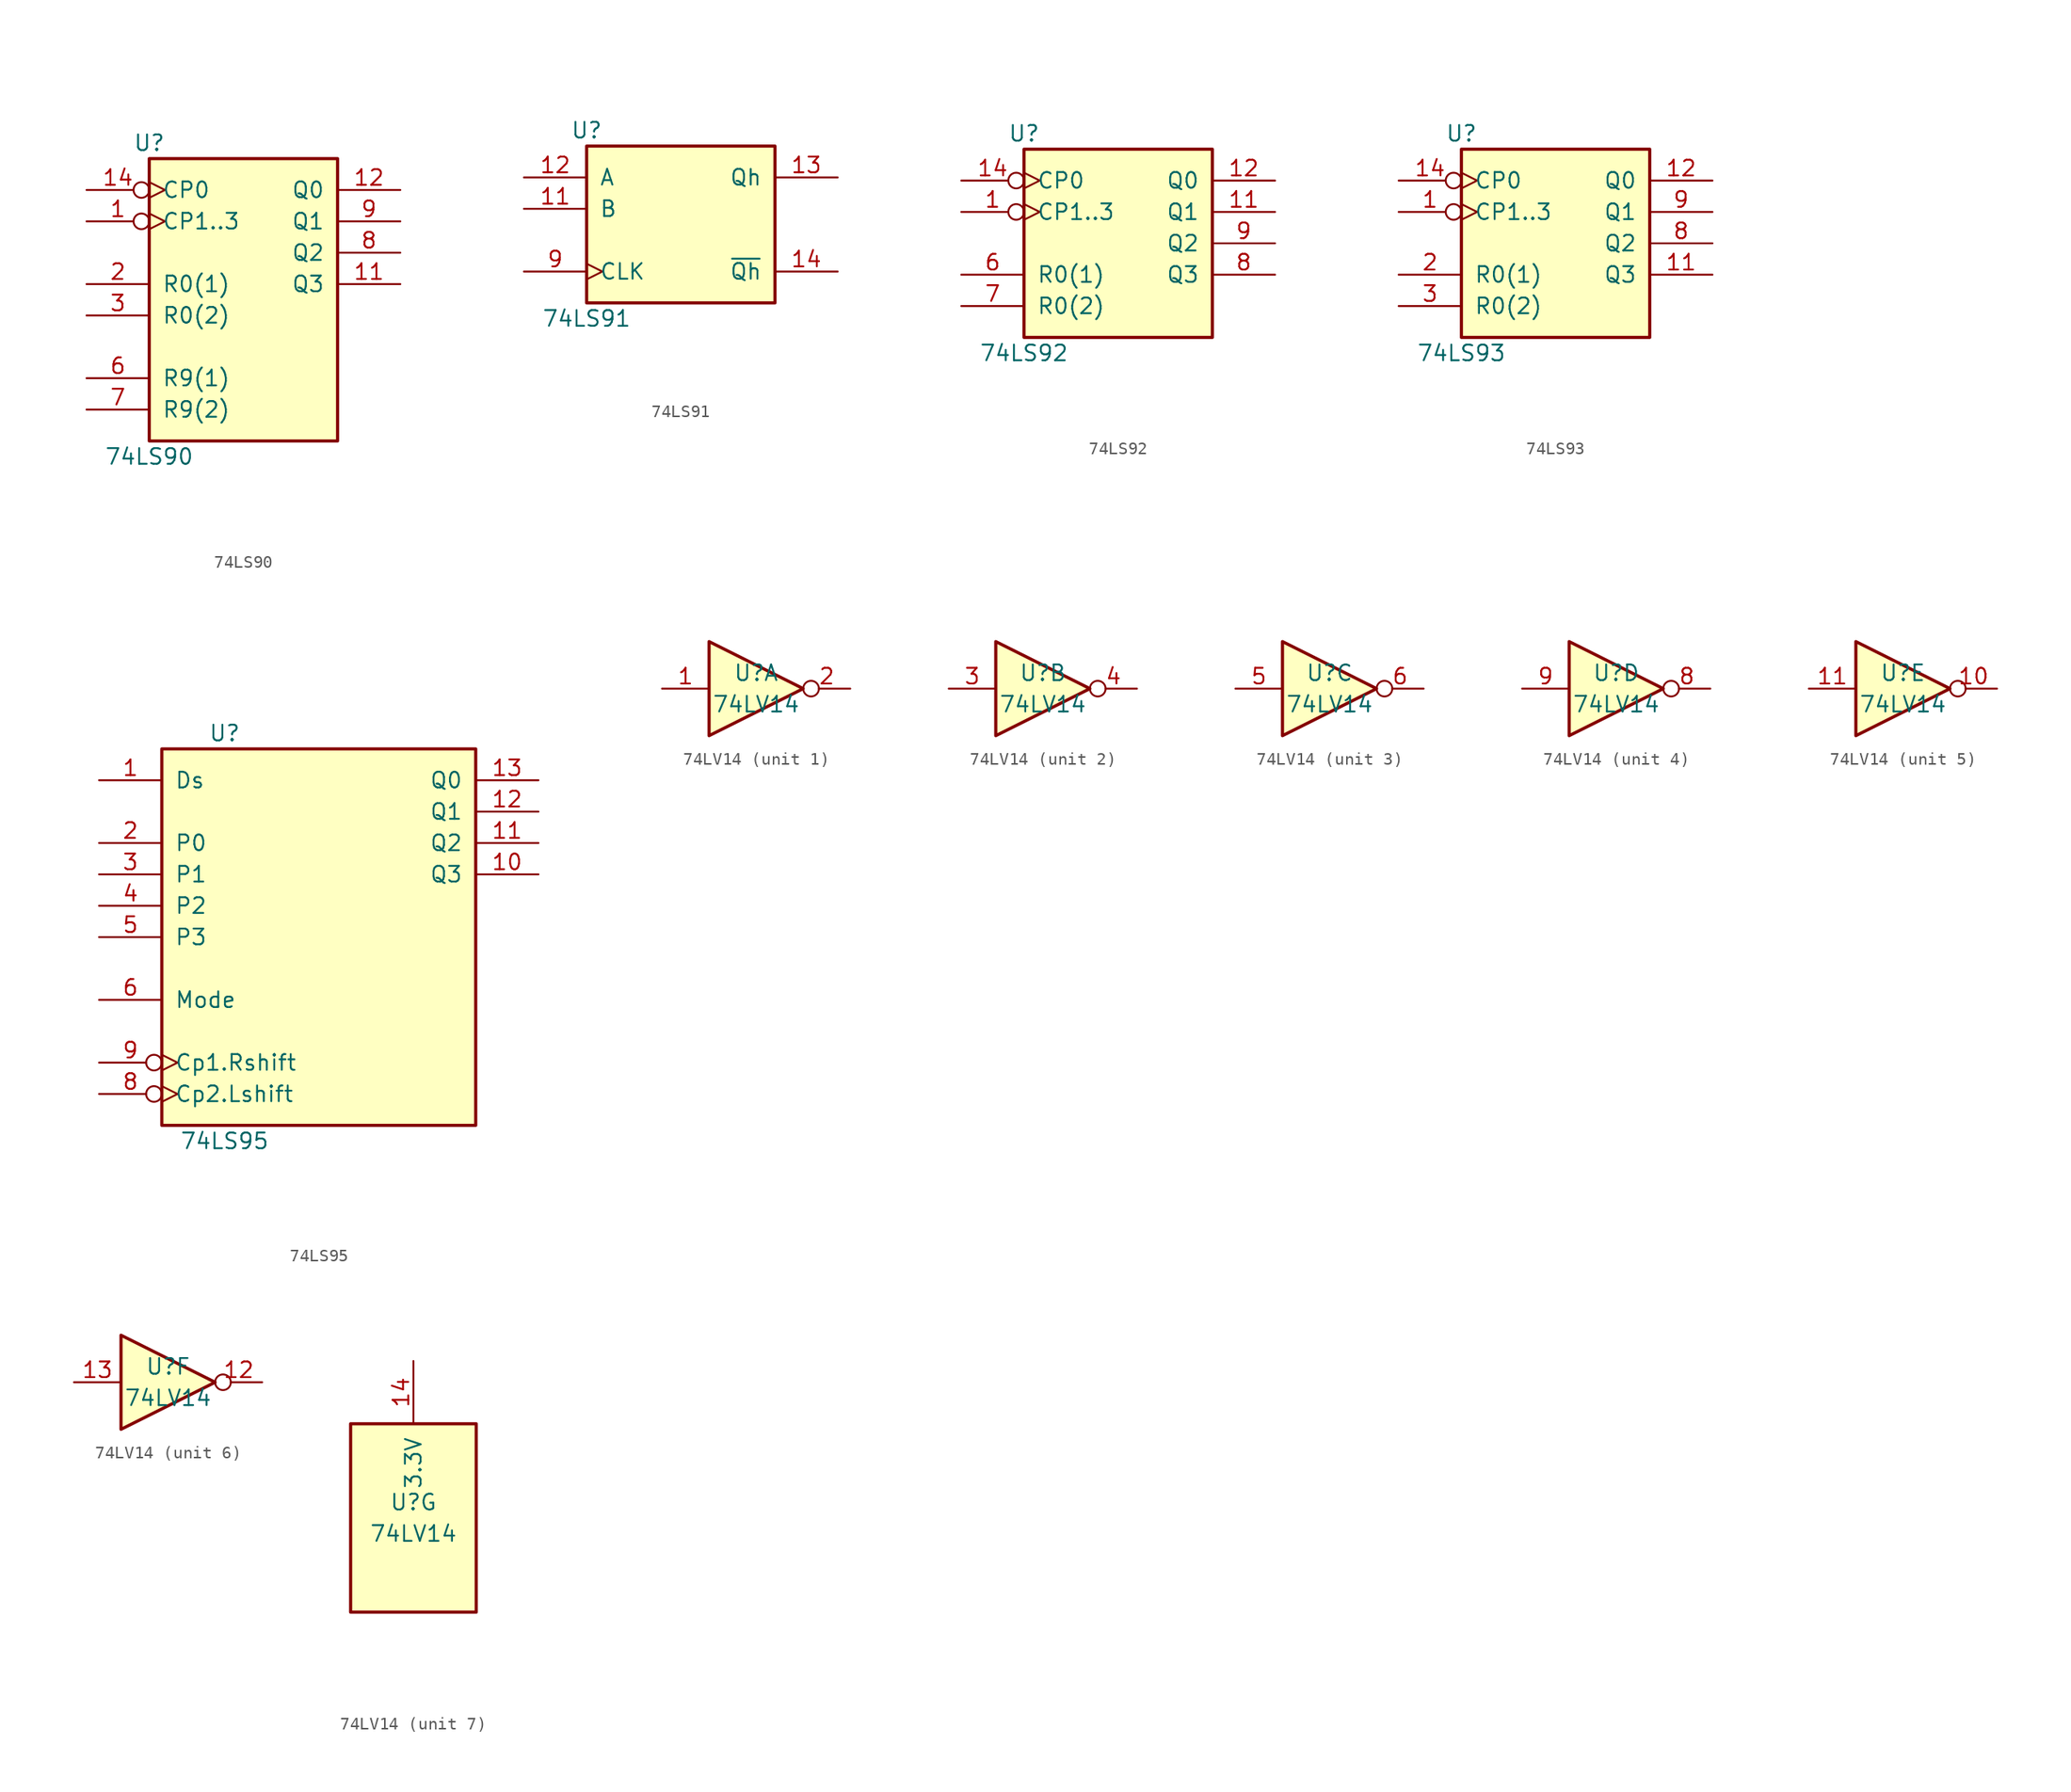
<source format=kicad_sym>
(kicad_symbol_lib
  (version 20231120)
  (generator "kicad_symbol_editor")
  (generator_version "8.0")
  (symbol "74LS90"
    (pin_names
      (offset 1.016))
    (property "Reference" "U"
      (at -7.62 11.43 0)
      (effects (font (size 1.27 1.27))))
    (property "Value" "74LS90"
      (at -7.62 -13.97 0)
      (effects (font (size 1.27 1.27))))
    (property "ki_locked" ""
      (at 0 0 0)
      (effects (font (size 1.27 1.27))))
    (symbol "74LS90_1_0"
      (pin input inverted_clock (at -12.7 5.08 0) (length 5.08) (name "CP1..3" (effects (font (size 1.27 1.27)))) (number "1" (effects (font (size 1.27 1.27)))))
      (pin input line (at 0 -17.78 90) (length 5.08) hide (name "GND" (effects (font (size 1.27 1.27)))) (number "10" (effects (font (size 1.27 1.27)))))
      (pin output line (at 12.7 0 180) (length 5.08) (name "Q3" (effects (font (size 1.27 1.27)))) (number "11" (effects (font (size 1.27 1.27)))))
      (pin output line (at 12.7 7.62 180) (length 5.08) (name "Q0" (effects (font (size 1.27 1.27)))) (number "12" (effects (font (size 1.27 1.27)))))
      (pin input inverted_clock (at -12.7 7.62 0) (length 5.08) (name "CP0" (effects (font (size 1.27 1.27)))) (number "14" (effects (font (size 1.27 1.27)))))
      (pin input line (at -12.7 0 0) (length 5.08) (name "R0(1)" (effects (font (size 1.27 1.27)))) (number "2" (effects (font (size 1.27 1.27)))))
      (pin input line (at -12.7 -2.54 0) (length 5.08) (name "R0(2)" (effects (font (size 1.27 1.27)))) (number "3" (effects (font (size 1.27 1.27)))))
      (pin input line (at 0 15.24 270) (length 5.08) hide (name "VCC" (effects (font (size 1.27 1.27)))) (number "5" (effects (font (size 1.27 1.27)))))
      (pin input line (at -12.7 -7.62 0) (length 5.08) (name "R9(1)" (effects (font (size 1.27 1.27)))) (number "6" (effects (font (size 1.27 1.27)))))
      (pin input line (at -12.7 -10.16 0) (length 5.08) (name "R9(2)" (effects (font (size 1.27 1.27)))) (number "7" (effects (font (size 1.27 1.27)))))
      (pin output line (at 12.7 2.54 180) (length 5.08) (name "Q2" (effects (font (size 1.27 1.27)))) (number "8" (effects (font (size 1.27 1.27)))))
      (pin output line (at 12.7 5.08 180) (length 5.08) (name "Q1" (effects (font (size 1.27 1.27)))) (number "9" (effects (font (size 1.27 1.27))))))
    (symbol "74LS90_1_1"
      (rectangle (start -7.62 10.16) (end 7.62 -12.7) (stroke (width 0.254) (type default)) (fill (type background)))))
  (symbol "74LS91"
    (pin_names
      (offset 1.016))
    (property "Reference" "U"
      (at -7.62 6.35 0)
      (effects (font (size 1.27 1.27))))
    (property "Value" "74LS91"
      (at -7.62 -8.89 0)
      (effects (font (size 1.27 1.27))))
    (property "ki_locked" ""
      (at 0 0 0)
      (effects (font (size 1.27 1.27))))
    (symbol "74LS91_1_0"
      (pin input line (at 0 -12.7 90) (length 5.08) hide (name "GND" (effects (font (size 1.27 1.27)))) (number "10" (effects (font (size 1.27 1.27)))))
      (pin input line (at -12.7 0 0) (length 5.08) (name "B" (effects (font (size 1.27 1.27)))) (number "11" (effects (font (size 1.27 1.27)))))
      (pin input line (at -12.7 2.54 0) (length 5.08) (name "A" (effects (font (size 1.27 1.27)))) (number "12" (effects (font (size 1.27 1.27)))))
      (pin output line (at 12.7 2.54 180) (length 5.08) (name "Qh" (effects (font (size 1.27 1.27)))) (number "13" (effects (font (size 1.27 1.27)))))
      (pin output line (at 12.7 -5.08 180) (length 5.08) (name "~{Qh}" (effects (font (size 1.27 1.27)))) (number "14" (effects (font (size 1.27 1.27)))))
      (pin input line (at 0 10.16 270) (length 5.08) hide (name "VCC" (effects (font (size 1.27 1.27)))) (number "5" (effects (font (size 1.27 1.27)))))
      (pin input clock (at -12.7 -5.08 0) (length 5.08) (name "CLK" (effects (font (size 1.27 1.27)))) (number "9" (effects (font (size 1.27 1.27))))))
    (symbol "74LS91_1_1"
      (rectangle (start -7.62 5.08) (end 7.62 -7.62) (stroke (width 0.254) (type default)) (fill (type background)))))
  (symbol "74LS92"
    (pin_names
      (offset 1.016))
    (property "Reference" "U"
      (at -7.62 8.89 0)
      (effects (font (size 1.27 1.27))))
    (property "Value" "74LS92"
      (at -7.62 -8.89 0)
      (effects (font (size 1.27 1.27))))
    (property "ki_locked" ""
      (at 0 0 0)
      (effects (font (size 1.27 1.27))))
    (symbol "74LS92_1_0"
      (pin input inverted_clock (at -12.7 2.54 0) (length 5.08) (name "CP1..3" (effects (font (size 1.27 1.27)))) (number "1" (effects (font (size 1.27 1.27)))))
      (pin input line (at 0 -12.7 90) (length 5.08) hide (name "GND" (effects (font (size 1.27 1.27)))) (number "10" (effects (font (size 1.27 1.27)))))
      (pin output line (at 12.7 2.54 180) (length 5.08) (name "Q1" (effects (font (size 1.27 1.27)))) (number "11" (effects (font (size 1.27 1.27)))))
      (pin output line (at 12.7 5.08 180) (length 5.08) (name "Q0" (effects (font (size 1.27 1.27)))) (number "12" (effects (font (size 1.27 1.27)))))
      (pin input inverted_clock (at -12.7 5.08 0) (length 5.08) (name "CP0" (effects (font (size 1.27 1.27)))) (number "14" (effects (font (size 1.27 1.27)))))
      (pin input line (at 0 12.7 270) (length 5.08) hide (name "VCC" (effects (font (size 1.27 1.27)))) (number "5" (effects (font (size 1.27 1.27)))))
      (pin input line (at -12.7 -2.54 0) (length 5.08) (name "R0(1)" (effects (font (size 1.27 1.27)))) (number "6" (effects (font (size 1.27 1.27)))))
      (pin input line (at -12.7 -5.08 0) (length 5.08) (name "R0(2)" (effects (font (size 1.27 1.27)))) (number "7" (effects (font (size 1.27 1.27)))))
      (pin output line (at 12.7 -2.54 180) (length 5.08) (name "Q3" (effects (font (size 1.27 1.27)))) (number "8" (effects (font (size 1.27 1.27)))))
      (pin output line (at 12.7 0 180) (length 5.08) (name "Q2" (effects (font (size 1.27 1.27)))) (number "9" (effects (font (size 1.27 1.27))))))
    (symbol "74LS92_1_1"
      (rectangle (start -7.62 7.62) (end 7.62 -7.62) (stroke (width 0.254) (type default)) (fill (type background)))))
  (symbol "74LS93"
    (pin_names
      (offset 1.016))
    (property "Reference" "U"
      (at -7.62 8.89 0)
      (effects (font (size 1.27 1.27))))
    (property "Value" "74LS93"
      (at -7.62 -8.89 0)
      (effects (font (size 1.27 1.27))))
    (property "ki_locked" ""
      (at 0 0 0)
      (effects (font (size 1.27 1.27))))
    (symbol "74LS93_1_0"
      (pin input inverted_clock (at -12.7 2.54 0) (length 5.08) (name "CP1..3" (effects (font (size 1.27 1.27)))) (number "1" (effects (font (size 1.27 1.27)))))
      (pin input line (at 0 -12.7 90) (length 5.08) hide (name "GND" (effects (font (size 1.27 1.27)))) (number "10" (effects (font (size 1.27 1.27)))))
      (pin output line (at 12.7 -2.54 180) (length 5.08) (name "Q3" (effects (font (size 1.27 1.27)))) (number "11" (effects (font (size 1.27 1.27)))))
      (pin output line (at 12.7 5.08 180) (length 5.08) (name "Q0" (effects (font (size 1.27 1.27)))) (number "12" (effects (font (size 1.27 1.27)))))
      (pin input inverted_clock (at -12.7 5.08 0) (length 5.08) (name "CP0" (effects (font (size 1.27 1.27)))) (number "14" (effects (font (size 1.27 1.27)))))
      (pin input line (at -12.7 -2.54 0) (length 5.08) (name "R0(1)" (effects (font (size 1.27 1.27)))) (number "2" (effects (font (size 1.27 1.27)))))
      (pin input line (at -12.7 -5.08 0) (length 5.08) (name "R0(2)" (effects (font (size 1.27 1.27)))) (number "3" (effects (font (size 1.27 1.27)))))
      (pin input line (at 0 12.7 270) (length 5.08) hide (name "VCC" (effects (font (size 1.27 1.27)))) (number "5" (effects (font (size 1.27 1.27)))))
      (pin output line (at 12.7 0 180) (length 5.08) (name "Q2" (effects (font (size 1.27 1.27)))) (number "8" (effects (font (size 1.27 1.27)))))
      (pin output line (at 12.7 2.54 180) (length 5.08) (name "Q1" (effects (font (size 1.27 1.27)))) (number "9" (effects (font (size 1.27 1.27))))))
    (symbol "74LS93_1_1"
      (rectangle (start -7.62 7.62) (end 7.62 -7.62) (stroke (width 0.254) (type default)) (fill (type background)))))
  (symbol "74LS95"
    (pin_names
      (offset 1.016))
    (property "Reference" "U"
      (at -7.62 16.51 0)
      (effects (font (size 1.27 1.27))))
    (property "Value" "74LS95"
      (at -7.62 -16.51 0)
      (effects (font (size 1.27 1.27))))
    (property "ki_locked" ""
      (at 0 0 0)
      (effects (font (size 1.27 1.27))))
    (symbol "74LS95_1_0"
      (pin input line (at -17.78 12.7 0) (length 5.08) (name "Ds" (effects (font (size 1.27 1.27)))) (number "1" (effects (font (size 1.27 1.27)))))
      (pin output line (at 17.78 5.08 180) (length 5.08) (name "Q3" (effects (font (size 1.27 1.27)))) (number "10" (effects (font (size 1.27 1.27)))))
      (pin output line (at 17.78 7.62 180) (length 5.08) (name "Q2" (effects (font (size 1.27 1.27)))) (number "11" (effects (font (size 1.27 1.27)))))
      (pin output line (at 17.78 10.16 180) (length 5.08) (name "Q1" (effects (font (size 1.27 1.27)))) (number "12" (effects (font (size 1.27 1.27)))))
      (pin output line (at 17.78 12.7 180) (length 5.08) (name "Q0" (effects (font (size 1.27 1.27)))) (number "13" (effects (font (size 1.27 1.27)))))
      (pin input line (at 0 20.32 270) (length 5.08) hide (name "VCC" (effects (font (size 1.27 1.27)))) (number "14" (effects (font (size 1.27 1.27)))))
      (pin input line (at -17.78 7.62 0) (length 5.08) (name "P0" (effects (font (size 1.27 1.27)))) (number "2" (effects (font (size 1.27 1.27)))))
      (pin input line (at -17.78 5.08 0) (length 5.08) (name "P1" (effects (font (size 1.27 1.27)))) (number "3" (effects (font (size 1.27 1.27)))))
      (pin input line (at -17.78 2.54 0) (length 5.08) (name "P2" (effects (font (size 1.27 1.27)))) (number "4" (effects (font (size 1.27 1.27)))))
      (pin input line (at -17.78 0 0) (length 5.08) (name "P3" (effects (font (size 1.27 1.27)))) (number "5" (effects (font (size 1.27 1.27)))))
      (pin input line (at -17.78 -5.08 0) (length 5.08) (name "Mode" (effects (font (size 1.27 1.27)))) (number "6" (effects (font (size 1.27 1.27)))))
      (pin input line (at 0 -20.32 90) (length 5.08) hide (name "GND" (effects (font (size 1.27 1.27)))) (number "7" (effects (font (size 1.27 1.27)))))
      (pin input inverted_clock (at -17.78 -12.7 0) (length 5.08) (name "Cp2.Lshift" (effects (font (size 1.27 1.27)))) (number "8" (effects (font (size 1.27 1.27)))))
      (pin input inverted_clock (at -17.78 -10.16 0) (length 5.08) (name "Cp1.Rshift" (effects (font (size 1.27 1.27)))) (number "9" (effects (font (size 1.27 1.27))))))
    (symbol "74LS95_1_1"
      (rectangle (start -12.7 15.24) (end 12.7 -15.24) (stroke (width 0.254) (type default)) (fill (type background)))))
  (symbol "74LV14"
    (pin_names
      (offset 1.016))
    (property "Reference" "U"
      (at 0 1.27 0)
      (effects (font (size 1.27 1.27))))
    (property "Value" "74LV14"
      (at 0 -1.27 0)
      (effects (font (size 1.27 1.27))))
    (property "ki_locked" ""
      (at 0 0 0)
      (effects (font (size 1.27 1.27))))
    (symbol "74LV14_1_0"
      (polyline (pts (xy -3.81 3.81) (xy -3.81 -3.81) (xy 3.81 0) (xy -3.81 3.81)) (stroke (width 0.254) (type default)) (fill (type background)))
      (pin input line (at -7.62 0 0) (length 3.81) (name "~" (effects (font (size 1.27 1.27)))) (number "1" (effects (font (size 1.27 1.27)))))
      (pin output inverted (at 7.62 0 180) (length 3.81) (name "~" (effects (font (size 1.27 1.27)))) (number "2" (effects (font (size 1.27 1.27))))))
    (symbol "74LV14_2_0"
      (polyline (pts (xy -3.81 3.81) (xy -3.81 -3.81) (xy 3.81 0) (xy -3.81 3.81)) (stroke (width 0.254) (type default)) (fill (type background)))
      (pin input line (at -7.62 0 0) (length 3.81) (name "~" (effects (font (size 1.27 1.27)))) (number "3" (effects (font (size 1.27 1.27)))))
      (pin output inverted (at 7.62 0 180) (length 3.81) (name "~" (effects (font (size 1.27 1.27)))) (number "4" (effects (font (size 1.27 1.27))))))
    (symbol "74LV14_3_0"
      (polyline (pts (xy -3.81 3.81) (xy -3.81 -3.81) (xy 3.81 0) (xy -3.81 3.81)) (stroke (width 0.254) (type default)) (fill (type background)))
      (pin input line (at -7.62 0 0) (length 3.81) (name "~" (effects (font (size 1.27 1.27)))) (number "5" (effects (font (size 1.27 1.27)))))
      (pin output inverted (at 7.62 0 180) (length 3.81) (name "~" (effects (font (size 1.27 1.27)))) (number "6" (effects (font (size 1.27 1.27))))))
    (symbol "74LV14_4_0"
      (polyline (pts (xy -3.81 3.81) (xy -3.81 -3.81) (xy 3.81 0) (xy -3.81 3.81)) (stroke (width 0.254) (type default)) (fill (type background)))
      (pin output inverted (at 7.62 0 180) (length 3.81) (name "~" (effects (font (size 1.27 1.27)))) (number "8" (effects (font (size 1.27 1.27)))))
      (pin input line (at -7.62 0 0) (length 3.81) (name "~" (effects (font (size 1.27 1.27)))) (number "9" (effects (font (size 1.27 1.27))))))
    (symbol "74LV14_5_0"
      (polyline (pts (xy -3.81 3.81) (xy -3.81 -3.81) (xy 3.81 0) (xy -3.81 3.81)) (stroke (width 0.254) (type default)) (fill (type background)))
      (pin output inverted (at 7.62 0 180) (length 3.81) (name "~" (effects (font (size 1.27 1.27)))) (number "10" (effects (font (size 1.27 1.27)))))
      (pin input line (at -7.62 0 0) (length 3.81) (name "~" (effects (font (size 1.27 1.27)))) (number "11" (effects (font (size 1.27 1.27))))))
    (symbol "74LV14_6_0"
      (polyline (pts (xy -3.81 3.81) (xy -3.81 -3.81) (xy 3.81 0) (xy -3.81 3.81)) (stroke (width 0.254) (type default)) (fill (type background)))
      (pin output inverted (at 7.62 0 180) (length 3.81) (name "~" (effects (font (size 1.27 1.27)))) (number "12" (effects (font (size 1.27 1.27)))))
      (pin input line (at -7.62 0 0) (length 3.81) (name "~" (effects (font (size 1.27 1.27)))) (number "13" (effects (font (size 1.27 1.27))))))
    (symbol "74LV14_7_0"
      (pin power_in line (at 0 12.7 270) (length 5.08) (name "3.3V" (effects (font (size 1.27 1.27)))) (number "14" (effects (font (size 1.27 1.27)))))
      (pin input line (at 0 -12.7 90) (length 5.08) hide (name "GND" (effects (font (size 1.27 1.27)))) (number "7" (effects (font (size 1.27 1.27))))))
    (symbol "74LV14_7_1"
      (rectangle (start -5.08 7.62) (end 5.08 -7.62) (stroke (width 0.254) (type default)) (fill (type background))))))
</source>
